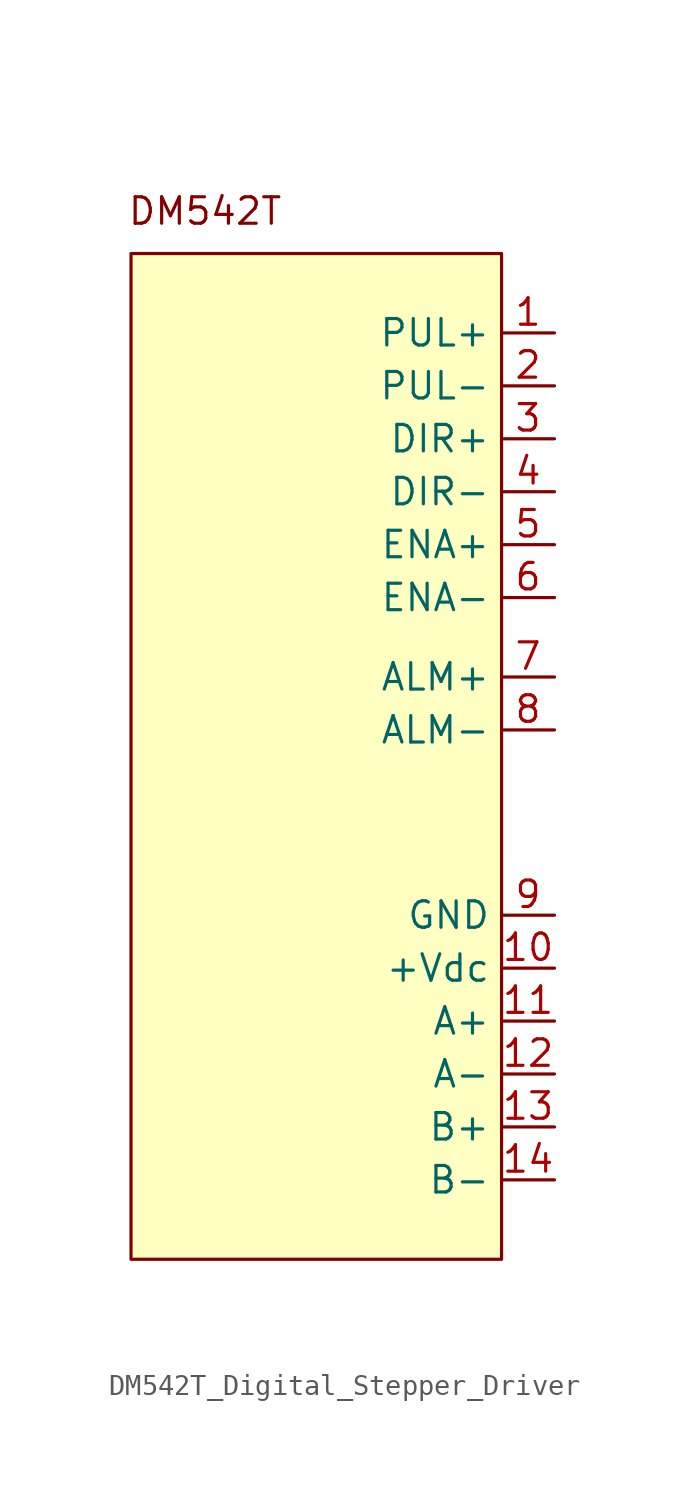
<source format=kicad_sym>
(kicad_symbol_lib
  (version 20241209)
  (generator "kicad_symbol_editor")
  (generator_version "9.0")
  (symbol "DM542T_Digital_Stepper_Driver"
    (property "Reference" "U"
      (at 0 0 0)
      (effects (font (size 1.27 1.27)) (hide yes)))
    (property "Value" ""
      (at 0 0 0)
      (effects (font (size 1.27 1.27))))
    (symbol "DM542T_Digital_Stepper_Driver_1_1"
      (rectangle (start -19.05 8.89) (end -1.27 -39.37) (stroke (width 0) (type solid)) (fill (type color) (color 255 255 194 1)))
      (text "DM542T" (at -15.494 10.922 0) (effects (font (size 1.27 1.27))))
      (pin output line (at 1.27 5.08 180) (length 2.54) (name "PUL+" (effects (font (size 1.27 1.27)))) (number "1" (effects (font (size 1.27 1.27)))))
      (pin output line (at 1.27 2.54 180) (length 2.54) (name "PUL-" (effects (font (size 1.27 1.27)))) (number "2" (effects (font (size 1.27 1.27)))))
      (pin output line (at 1.27 0 180) (length 2.54) (name "DIR+" (effects (font (size 1.27 1.27)))) (number "3" (effects (font (size 1.27 1.27)))))
      (pin output line (at 1.27 -2.54 180) (length 2.54) (name "DIR-" (effects (font (size 1.27 1.27)))) (number "4" (effects (font (size 1.27 1.27)))))
      (pin output line (at 1.27 -5.08 180) (length 2.54) (name "ENA+" (effects (font (size 1.27 1.27)))) (number "5" (effects (font (size 1.27 1.27)))))
      (pin output line (at 1.27 -7.62 180) (length 2.54) (name "ENA-" (effects (font (size 1.27 1.27)))) (number "6" (effects (font (size 1.27 1.27)))))
      (pin output line (at 1.27 -11.43 180) (length 2.54) (name "ALM+" (effects (font (size 1.27 1.27)))) (number "7" (effects (font (size 1.27 1.27)))))
      (pin output line (at 1.27 -13.97 180) (length 2.54) (name "ALM-" (effects (font (size 1.27 1.27)))) (number "8" (effects (font (size 1.27 1.27)))))
      (pin input line (at 1.27 -22.86 180) (length 2.54) (name "GND" (effects (font (size 1.27 1.27)))) (number "9" (effects (font (size 1.27 1.27)))))
      (pin input line (at 1.27 -25.4 180) (length 2.54) (name "+Vdc" (effects (font (size 1.27 1.27)))) (number "10" (effects (font (size 1.27 1.27)))))
      (pin input line (at 1.27 -27.94 180) (length 2.54) (name "A+" (effects (font (size 1.27 1.27)))) (number "11" (effects (font (size 1.27 1.27)))))
      (pin input line (at 1.27 -30.48 180) (length 2.54) (name "A-" (effects (font (size 1.27 1.27)))) (number "12" (effects (font (size 1.27 1.27)))))
      (pin input line (at 1.27 -33.02 180) (length 2.54) (name "B+" (effects (font (size 1.27 1.27)))) (number "13" (effects (font (size 1.27 1.27)))))
      (pin input line (at 1.27 -35.56 180) (length 2.54) (name "B-" (effects (font (size 1.27 1.27)))) (number "14" (effects (font (size 1.27 1.27))))))))
</source>
